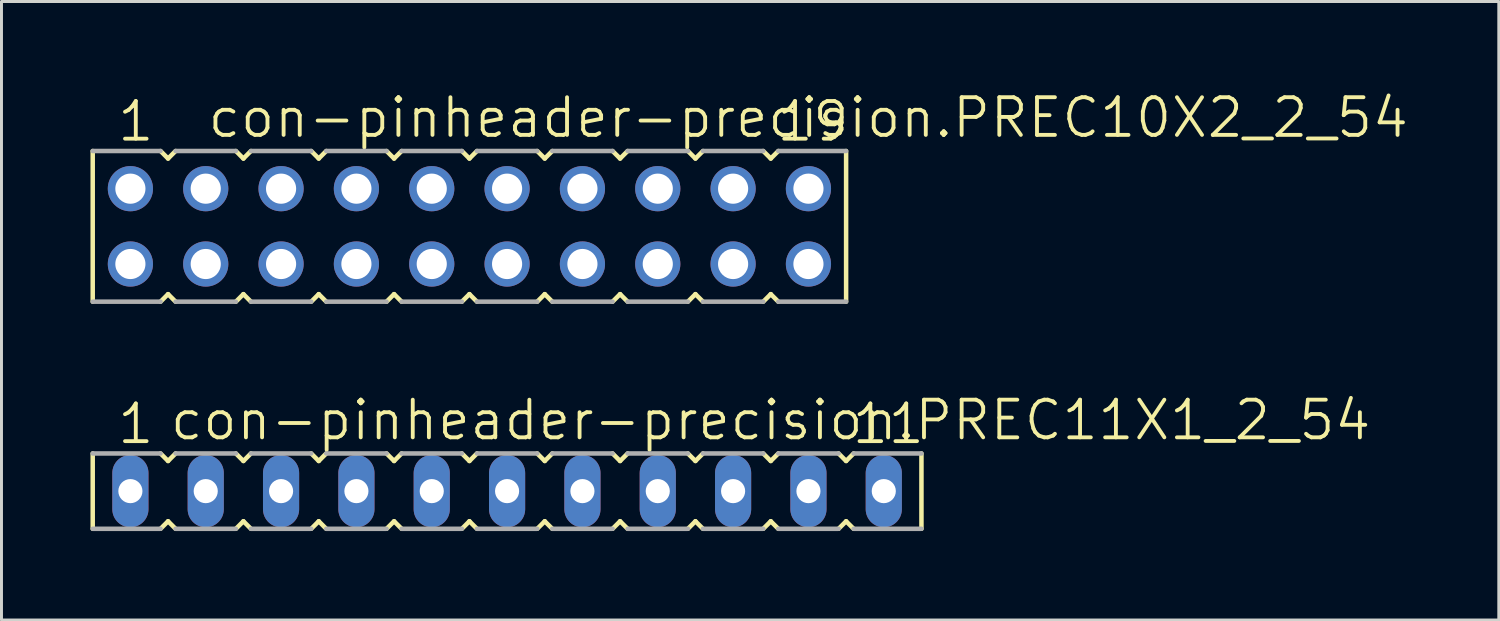
<source format=kicad_pcb>
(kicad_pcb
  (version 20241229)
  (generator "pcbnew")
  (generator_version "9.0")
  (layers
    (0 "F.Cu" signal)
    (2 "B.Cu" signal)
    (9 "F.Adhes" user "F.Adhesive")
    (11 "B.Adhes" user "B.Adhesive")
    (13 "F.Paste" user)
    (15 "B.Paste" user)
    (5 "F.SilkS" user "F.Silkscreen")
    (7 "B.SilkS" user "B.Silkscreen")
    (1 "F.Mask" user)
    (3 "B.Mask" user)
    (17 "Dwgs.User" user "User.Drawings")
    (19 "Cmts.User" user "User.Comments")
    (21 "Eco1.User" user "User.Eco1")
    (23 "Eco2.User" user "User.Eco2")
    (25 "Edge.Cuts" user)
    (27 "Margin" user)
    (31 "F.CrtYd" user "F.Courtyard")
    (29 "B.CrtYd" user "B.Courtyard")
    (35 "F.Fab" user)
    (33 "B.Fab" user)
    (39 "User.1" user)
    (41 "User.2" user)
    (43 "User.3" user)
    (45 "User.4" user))
  (footprint "con-pinheader-precision.PREC10X2_2_54"
    (layer "F.Cu")
    (at 12.776 4.581)
    (property "Reference" "con-pinheader-precision.PREC10X2_2_54" (at -8.89 -2.921 0) (layer "F.SilkS") (effects (font (size 1.27 1.27) (thickness 0.13)) (justify left bottom)))
    (attr through_hole)
    (fp_line (start -12.7 -2.54) (end -12.7 2.54) (stroke (width 0.152) (type default)) (layer "F.SilkS"))
    (fp_line (start -10.414 2.54) (end -10.16 2.286) (stroke (width 0.152) (type default)) (layer "F.SilkS"))
    (fp_line (start -10.16 -2.286) (end -10.414 -2.54) (stroke (width 0.152) (type default)) (layer "F.SilkS"))
    (fp_line (start -10.16 2.286) (end -9.906 2.54) (stroke (width 0.152) (type default)) (layer "F.SilkS"))
    (fp_line (start -9.906 -2.54) (end -10.16 -2.286) (stroke (width 0.152) (type default)) (layer "F.SilkS"))
    (fp_line (start -7.874 2.54) (end -7.62 2.286) (stroke (width 0.152) (type default)) (layer "F.SilkS"))
    (fp_line (start -7.62 -2.286) (end -7.874 -2.54) (stroke (width 0.152) (type default)) (layer "F.SilkS"))
    (fp_line (start -7.62 2.286) (end -7.366 2.54) (stroke (width 0.152) (type default)) (layer "F.SilkS"))
    (fp_line (start -7.366 -2.54) (end -7.62 -2.286) (stroke (width 0.152) (type default)) (layer "F.SilkS"))
    (fp_line (start -5.334 2.54) (end -5.08 2.286) (stroke (width 0.152) (type default)) (layer "F.SilkS"))
    (fp_line (start -5.08 -2.286) (end -5.334 -2.54) (stroke (width 0.152) (type default)) (layer "F.SilkS"))
    (fp_line (start -5.08 2.286) (end -4.826 2.54) (stroke (width 0.152) (type default)) (layer "F.SilkS"))
    (fp_line (start -4.826 -2.54) (end -5.08 -2.286) (stroke (width 0.152) (type default)) (layer "F.SilkS"))
    (fp_line (start -2.794 2.54) (end -2.54 2.286) (stroke (width 0.152) (type default)) (layer "F.SilkS"))
    (fp_line (start -2.54 -2.286) (end -2.794 -2.54) (stroke (width 0.152) (type default)) (layer "F.SilkS"))
    (fp_line (start -2.54 2.286) (end -2.286 2.54) (stroke (width 0.152) (type default)) (layer "F.SilkS"))
    (fp_line (start -2.286 -2.54) (end -2.54 -2.286) (stroke (width 0.152) (type default)) (layer "F.SilkS"))
    (fp_line (start -0.254 2.54) (end 0 2.286) (stroke (width 0.152) (type default)) (layer "F.SilkS"))
    (fp_line (start 0 -2.286) (end -0.254 -2.54) (stroke (width 0.152) (type default)) (layer "F.SilkS"))
    (fp_line (start 0 2.286) (end 0.254 2.54) (stroke (width 0.152) (type default)) (layer "F.SilkS"))
    (fp_line (start 0.254 -2.54) (end 0 -2.286) (stroke (width 0.152) (type default)) (layer "F.SilkS"))
    (fp_line (start 2.286 2.54) (end 2.54 2.286) (stroke (width 0.152) (type default)) (layer "F.SilkS"))
    (fp_line (start 2.54 -2.286) (end 2.286 -2.54) (stroke (width 0.152) (type default)) (layer "F.SilkS"))
    (fp_line (start 2.54 2.286) (end 2.794 2.54) (stroke (width 0.152) (type default)) (layer "F.SilkS"))
    (fp_line (start 2.794 -2.54) (end 2.54 -2.286) (stroke (width 0.152) (type default)) (layer "F.SilkS"))
    (fp_line (start 4.826 2.54) (end 5.08 2.286) (stroke (width 0.152) (type default)) (layer "F.SilkS"))
    (fp_line (start 5.08 -2.286) (end 4.826 -2.54) (stroke (width 0.152) (type default)) (layer "F.SilkS"))
    (fp_line (start 5.08 2.286) (end 5.334 2.54) (stroke (width 0.152) (type default)) (layer "F.SilkS"))
    (fp_line (start 5.334 -2.54) (end 5.08 -2.286) (stroke (width 0.152) (type default)) (layer "F.SilkS"))
    (fp_line (start 7.366 2.54) (end 7.62 2.286) (stroke (width 0.152) (type default)) (layer "F.SilkS"))
    (fp_line (start 7.62 -2.286) (end 7.366 -2.54) (stroke (width 0.152) (type default)) (layer "F.SilkS"))
    (fp_line (start 7.62 2.286) (end 7.874 2.54) (stroke (width 0.152) (type default)) (layer "F.SilkS"))
    (fp_line (start 7.874 -2.54) (end 7.62 -2.286) (stroke (width 0.152) (type default)) (layer "F.SilkS"))
    (fp_line (start 9.906 2.54) (end 10.16 2.286) (stroke (width 0.152) (type default)) (layer "F.SilkS"))
    (fp_line (start 10.16 -2.286) (end 9.906 -2.54) (stroke (width 0.152) (type default)) (layer "F.SilkS"))
    (fp_line (start 10.16 2.286) (end 10.414 2.54) (stroke (width 0.152) (type default)) (layer "F.SilkS"))
    (fp_line (start 10.414 -2.54) (end 10.16 -2.286) (stroke (width 0.152) (type default)) (layer "F.SilkS"))
    (fp_line (start 12.7 2.54) (end 12.7 -2.54) (stroke (width 0.152) (type default)) (layer "F.SilkS"))
    (fp_line (start -12.7 2.54) (end -10.414 2.54) (stroke (width 0.152) (type default)) (layer "F.Fab"))
    (fp_line (start -10.414 -2.54) (end -12.7 -2.54) (stroke (width 0.152) (type default)) (layer "F.Fab"))
    (fp_line (start -9.906 2.54) (end -7.874 2.54) (stroke (width 0.152) (type default)) (layer "F.Fab"))
    (fp_line (start -7.874 -2.54) (end -9.906 -2.54) (stroke (width 0.152) (type default)) (layer "F.Fab"))
    (fp_line (start -7.366 2.54) (end -5.334 2.54) (stroke (width 0.152) (type default)) (layer "F.Fab"))
    (fp_line (start -5.334 -2.54) (end -7.366 -2.54) (stroke (width 0.152) (type default)) (layer "F.Fab"))
    (fp_line (start -4.826 2.54) (end -2.794 2.54) (stroke (width 0.152) (type default)) (layer "F.Fab"))
    (fp_line (start -2.794 -2.54) (end -4.826 -2.54) (stroke (width 0.152) (type default)) (layer "F.Fab"))
    (fp_line (start -2.286 2.54) (end -0.254 2.54) (stroke (width 0.152) (type default)) (layer "F.Fab"))
    (fp_line (start -0.254 -2.54) (end -2.286 -2.54) (stroke (width 0.152) (type default)) (layer "F.Fab"))
    (fp_line (start 0.254 2.54) (end 2.286 2.54) (stroke (width 0.152) (type default)) (layer "F.Fab"))
    (fp_line (start 2.286 -2.54) (end 0.254 -2.54) (stroke (width 0.152) (type default)) (layer "F.Fab"))
    (fp_line (start 2.794 2.54) (end 4.826 2.54) (stroke (width 0.152) (type default)) (layer "F.Fab"))
    (fp_line (start 4.826 -2.54) (end 2.794 -2.54) (stroke (width 0.152) (type default)) (layer "F.Fab"))
    (fp_line (start 5.334 2.54) (end 7.366 2.54) (stroke (width 0.152) (type default)) (layer "F.Fab"))
    (fp_line (start 7.366 -2.54) (end 5.334 -2.54) (stroke (width 0.152) (type default)) (layer "F.Fab"))
    (fp_line (start 7.874 2.54) (end 9.906 2.54) (stroke (width 0.152) (type default)) (layer "F.Fab"))
    (fp_line (start 9.906 -2.54) (end 7.874 -2.54) (stroke (width 0.152) (type default)) (layer "F.Fab"))
    (fp_line (start 10.414 2.54) (end 12.7 2.54) (stroke (width 0.152) (type default)) (layer "F.Fab"))
    (fp_line (start 12.7 -2.54) (end 10.414 -2.54) (stroke (width 0.152) (type default)) (layer "F.Fab"))
    (fp_text user "1" (at -11.938 -2.794 0) (layer "F.SilkS") (effects (font (size 1.27 1.27) (thickness 0.13)) (justify left bottom)))
    (fp_text user "19" (at 10.287 -2.794 0) (layer "F.SilkS") (effects (font (size 1.27 1.27) (thickness 0.13)) (justify left bottom)))
    (pad "1" thru_hole circle (at -11.43 -1.27 180) (size 1.524 1.524) (drill 1.016) (layers "*.Cu" "*.Mask"))
    (pad "2" thru_hole circle (at -11.43 1.27 180) (size 1.524 1.524) (drill 1.016) (layers "*.Cu" "*.Mask"))
    (pad "3" thru_hole circle (at -8.89 -1.27 180) (size 1.524 1.524) (drill 1.016) (layers "*.Cu" "*.Mask"))
    (pad "4" thru_hole circle (at -8.89 1.27 180) (size 1.524 1.524) (drill 1.016) (layers "*.Cu" "*.Mask"))
    (pad "5" thru_hole circle (at -6.35 -1.27 180) (size 1.524 1.524) (drill 1.016) (layers "*.Cu" "*.Mask"))
    (pad "6" thru_hole circle (at -6.35 1.27 180) (size 1.524 1.524) (drill 1.016) (layers "*.Cu" "*.Mask"))
    (pad "7" thru_hole circle (at -3.81 -1.27 180) (size 1.524 1.524) (drill 1.016) (layers "*.Cu" "*.Mask"))
    (pad "8" thru_hole circle (at -3.81 1.27 180) (size 1.524 1.524) (drill 1.016) (layers "*.Cu" "*.Mask"))
    (pad "9" thru_hole circle (at -1.27 -1.27 180) (size 1.524 1.524) (drill 1.016) (layers "*.Cu" "*.Mask"))
    (pad "10" thru_hole circle (at -1.27 1.27 180) (size 1.524 1.524) (drill 1.016) (layers "*.Cu" "*.Mask"))
    (pad "11" thru_hole circle (at 1.27 -1.27 180) (size 1.524 1.524) (drill 1.016) (layers "*.Cu" "*.Mask"))
    (pad "12" thru_hole circle (at 1.27 1.27 180) (size 1.524 1.524) (drill 1.016) (layers "*.Cu" "*.Mask"))
    (pad "13" thru_hole circle (at 3.81 -1.27 180) (size 1.524 1.524) (drill 1.016) (layers "*.Cu" "*.Mask"))
    (pad "14" thru_hole circle (at 3.81 1.27 180) (size 1.524 1.524) (drill 1.016) (layers "*.Cu" "*.Mask"))
    (pad "15" thru_hole circle (at 6.35 -1.27 180) (size 1.524 1.524) (drill 1.016) (layers "*.Cu" "*.Mask"))
    (pad "16" thru_hole circle (at 6.35 1.27 180) (size 1.524 1.524) (drill 1.016) (layers "*.Cu" "*.Mask"))
    (pad "17" thru_hole circle (at 8.89 -1.27 180) (size 1.524 1.524) (drill 1.016) (layers "*.Cu" "*.Mask"))
    (pad "18" thru_hole circle (at 8.89 1.27 180) (size 1.524 1.524) (drill 1.016) (layers "*.Cu" "*.Mask"))
    (pad "19" thru_hole circle (at 11.43 -1.27 180) (size 1.524 1.524) (drill 1.016) (layers "*.Cu" "*.Mask"))
    (pad "20" thru_hole circle (at 11.43 1.27 180) (size 1.524 1.524) (drill 1.016) (layers "*.Cu" "*.Mask")))
  (footprint "con-pinheader-precision.PREC11X1_2_54"
    (layer "F.Cu")
    (at 14.046 13.508)
    (property "Reference" "con-pinheader-precision.PREC11X1_2_54" (at -11.43 -1.651 0) (layer "F.SilkS") (effects (font (size 1.27 1.27) (thickness 0.13)) (justify left bottom)))
    (attr through_hole)
    (fp_line (start -13.97 -1.27) (end -13.97 1.27) (stroke (width 0.152) (type default)) (layer "F.SilkS"))
    (fp_line (start -11.684 1.27) (end -11.43 1.016) (stroke (width 0.152) (type default)) (layer "F.SilkS"))
    (fp_line (start -11.43 -1.016) (end -11.684 -1.27) (stroke (width 0.152) (type default)) (layer "F.SilkS"))
    (fp_line (start -11.43 1.016) (end -11.176 1.27) (stroke (width 0.152) (type default)) (layer "F.SilkS"))
    (fp_line (start -11.176 -1.27) (end -11.43 -1.016) (stroke (width 0.152) (type default)) (layer "F.SilkS"))
    (fp_line (start -9.144 1.27) (end -8.89 1.016) (stroke (width 0.152) (type default)) (layer "F.SilkS"))
    (fp_line (start -8.89 -1.016) (end -9.144 -1.27) (stroke (width 0.152) (type default)) (layer "F.SilkS"))
    (fp_line (start -8.89 1.016) (end -8.636 1.27) (stroke (width 0.152) (type default)) (layer "F.SilkS"))
    (fp_line (start -8.636 -1.27) (end -8.89 -1.016) (stroke (width 0.152) (type default)) (layer "F.SilkS"))
    (fp_line (start -6.604 1.27) (end -6.35 1.016) (stroke (width 0.152) (type default)) (layer "F.SilkS"))
    (fp_line (start -6.35 -1.016) (end -6.604 -1.27) (stroke (width 0.152) (type default)) (layer "F.SilkS"))
    (fp_line (start -6.35 1.016) (end -6.096 1.27) (stroke (width 0.152) (type default)) (layer "F.SilkS"))
    (fp_line (start -6.096 -1.27) (end -6.35 -1.016) (stroke (width 0.152) (type default)) (layer "F.SilkS"))
    (fp_line (start -4.064 1.27) (end -3.81 1.016) (stroke (width 0.152) (type default)) (layer "F.SilkS"))
    (fp_line (start -3.81 -1.016) (end -4.064 -1.27) (stroke (width 0.152) (type default)) (layer "F.SilkS"))
    (fp_line (start -3.81 1.016) (end -3.556 1.27) (stroke (width 0.152) (type default)) (layer "F.SilkS"))
    (fp_line (start -3.556 -1.27) (end -3.81 -1.016) (stroke (width 0.152) (type default)) (layer "F.SilkS"))
    (fp_line (start -1.524 1.27) (end -1.27 1.016) (stroke (width 0.152) (type default)) (layer "F.SilkS"))
    (fp_line (start -1.27 -1.016) (end -1.524 -1.27) (stroke (width 0.152) (type default)) (layer "F.SilkS"))
    (fp_line (start -1.27 1.016) (end -1.016 1.27) (stroke (width 0.152) (type default)) (layer "F.SilkS"))
    (fp_line (start -1.016 -1.27) (end -1.27 -1.016) (stroke (width 0.152) (type default)) (layer "F.SilkS"))
    (fp_line (start 1.016 1.27) (end 1.27 1.016) (stroke (width 0.152) (type default)) (layer "F.SilkS"))
    (fp_line (start 1.27 -1.016) (end 1.016 -1.27) (stroke (width 0.152) (type default)) (layer "F.SilkS"))
    (fp_line (start 1.27 1.016) (end 1.524 1.27) (stroke (width 0.152) (type default)) (layer "F.SilkS"))
    (fp_line (start 1.524 -1.27) (end 1.27 -1.016) (stroke (width 0.152) (type default)) (layer "F.SilkS"))
    (fp_line (start 3.556 1.27) (end 3.81 1.016) (stroke (width 0.152) (type default)) (layer "F.SilkS"))
    (fp_line (start 3.81 -1.016) (end 3.556 -1.27) (stroke (width 0.152) (type default)) (layer "F.SilkS"))
    (fp_line (start 3.81 1.016) (end 4.064 1.27) (stroke (width 0.152) (type default)) (layer "F.SilkS"))
    (fp_line (start 4.064 -1.27) (end 3.81 -1.016) (stroke (width 0.152) (type default)) (layer "F.SilkS"))
    (fp_line (start 6.096 1.27) (end 6.35 1.016) (stroke (width 0.152) (type default)) (layer "F.SilkS"))
    (fp_line (start 6.35 -1.016) (end 6.096 -1.27) (stroke (width 0.152) (type default)) (layer "F.SilkS"))
    (fp_line (start 6.35 1.016) (end 6.604 1.27) (stroke (width 0.152) (type default)) (layer "F.SilkS"))
    (fp_line (start 6.604 -1.27) (end 6.35 -1.016) (stroke (width 0.152) (type default)) (layer "F.SilkS"))
    (fp_line (start 8.636 1.27) (end 8.89 1.016) (stroke (width 0.152) (type default)) (layer "F.SilkS"))
    (fp_line (start 8.89 -1.016) (end 8.636 -1.27) (stroke (width 0.152) (type default)) (layer "F.SilkS"))
    (fp_line (start 8.89 1.016) (end 9.144 1.27) (stroke (width 0.152) (type default)) (layer "F.SilkS"))
    (fp_line (start 9.144 -1.27) (end 8.89 -1.016) (stroke (width 0.152) (type default)) (layer "F.SilkS"))
    (fp_line (start 11.176 1.27) (end 11.43 1.016) (stroke (width 0.152) (type default)) (layer "F.SilkS"))
    (fp_line (start 11.43 -1.016) (end 11.176 -1.27) (stroke (width 0.152) (type default)) (layer "F.SilkS"))
    (fp_line (start 11.43 1.016) (end 11.684 1.27) (stroke (width 0.152) (type default)) (layer "F.SilkS"))
    (fp_line (start 11.684 -1.27) (end 11.43 -1.016) (stroke (width 0.152) (type default)) (layer "F.SilkS"))
    (fp_line (start 13.97 1.27) (end 13.97 -1.27) (stroke (width 0.152) (type default)) (layer "F.SilkS"))
    (fp_line (start -13.97 1.27) (end -11.684 1.27) (stroke (width 0.152) (type default)) (layer "F.Fab"))
    (fp_line (start -11.684 -1.27) (end -13.97 -1.27) (stroke (width 0.152) (type default)) (layer "F.Fab"))
    (fp_line (start -11.176 1.27) (end -9.144 1.27) (stroke (width 0.152) (type default)) (layer "F.Fab"))
    (fp_line (start -9.144 -1.27) (end -11.176 -1.27) (stroke (width 0.152) (type default)) (layer "F.Fab"))
    (fp_line (start -8.636 1.27) (end -6.604 1.27) (stroke (width 0.152) (type default)) (layer "F.Fab"))
    (fp_line (start -6.604 -1.27) (end -8.636 -1.27) (stroke (width 0.152) (type default)) (layer "F.Fab"))
    (fp_line (start -6.096 1.27) (end -4.064 1.27) (stroke (width 0.152) (type default)) (layer "F.Fab"))
    (fp_line (start -4.064 -1.27) (end -6.096 -1.27) (stroke (width 0.152) (type default)) (layer "F.Fab"))
    (fp_line (start -3.556 1.27) (end -1.524 1.27) (stroke (width 0.152) (type default)) (layer "F.Fab"))
    (fp_line (start -1.524 -1.27) (end -3.556 -1.27) (stroke (width 0.152) (type default)) (layer "F.Fab"))
    (fp_line (start -1.016 1.27) (end 1.016 1.27) (stroke (width 0.152) (type default)) (layer "F.Fab"))
    (fp_line (start 1.016 -1.27) (end -1.016 -1.27) (stroke (width 0.152) (type default)) (layer "F.Fab"))
    (fp_line (start 1.524 1.27) (end 3.556 1.27) (stroke (width 0.152) (type default)) (layer "F.Fab"))
    (fp_line (start 3.556 -1.27) (end 1.524 -1.27) (stroke (width 0.152) (type default)) (layer "F.Fab"))
    (fp_line (start 4.064 1.27) (end 6.096 1.27) (stroke (width 0.152) (type default)) (layer "F.Fab"))
    (fp_line (start 6.096 -1.27) (end 4.064 -1.27) (stroke (width 0.152) (type default)) (layer "F.Fab"))
    (fp_line (start 6.604 1.27) (end 8.636 1.27) (stroke (width 0.152) (type default)) (layer "F.Fab"))
    (fp_line (start 8.636 -1.27) (end 6.604 -1.27) (stroke (width 0.152) (type default)) (layer "F.Fab"))
    (fp_line (start 9.144 1.27) (end 11.176 1.27) (stroke (width 0.152) (type default)) (layer "F.Fab"))
    (fp_line (start 11.176 -1.27) (end 9.144 -1.27) (stroke (width 0.152) (type default)) (layer "F.Fab"))
    (fp_line (start 11.684 1.27) (end 13.97 1.27) (stroke (width 0.152) (type default)) (layer "F.Fab"))
    (fp_line (start 13.97 -1.27) (end 11.684 -1.27) (stroke (width 0.152) (type default)) (layer "F.Fab"))
    (fp_text user "1" (at -13.208 -1.524 0) (layer "F.SilkS") (effects (font (size 1.27 1.27) (thickness 0.13)) (justify left bottom)))
    (fp_text user "11" (at 11.557 -1.524 0) (layer "F.SilkS") (effects (font (size 1.27 1.27) (thickness 0.13)) (justify left bottom)))
    (pad "1" thru_hole oval (at -12.7 0 90) (size 2.438 1.219) (drill 0.813) (layers "*.Cu" "*.Mask"))
    (pad "2" thru_hole oval (at -10.16 0 90) (size 2.438 1.219) (drill 0.813) (layers "*.Cu" "*.Mask"))
    (pad "3" thru_hole oval (at -7.62 0 90) (size 2.438 1.219) (drill 0.813) (layers "*.Cu" "*.Mask"))
    (pad "4" thru_hole oval (at -5.08 0 90) (size 2.438 1.219) (drill 0.813) (layers "*.Cu" "*.Mask"))
    (pad "5" thru_hole oval (at -2.54 0 90) (size 2.438 1.219) (drill 0.813) (layers "*.Cu" "*.Mask"))
    (pad "6" thru_hole oval (at 0 0 90) (size 2.438 1.219) (drill 0.813) (layers "*.Cu" "*.Mask"))
    (pad "7" thru_hole oval (at 2.54 0 90) (size 2.438 1.219) (drill 0.813) (layers "*.Cu" "*.Mask"))
    (pad "8" thru_hole oval (at 5.08 0 90) (size 2.438 1.219) (drill 0.813) (layers "*.Cu" "*.Mask"))
    (pad "9" thru_hole oval (at 7.62 0 90) (size 2.438 1.219) (drill 0.813) (layers "*.Cu" "*.Mask"))
    (pad "10" thru_hole oval (at 10.16 0 90) (size 2.438 1.219) (drill 0.813) (layers "*.Cu" "*.Mask"))
    (pad "11" thru_hole oval (at 12.7 0 90) (size 2.438 1.219) (drill 0.813) (layers "*.Cu" "*.Mask")))
  (gr_rect
    (start -3 -3)
    (end 47.481 17.854)
    (stroke (width 0.1) (type default))
    (fill no)
    (layer "Edge.Cuts")))
</source>
